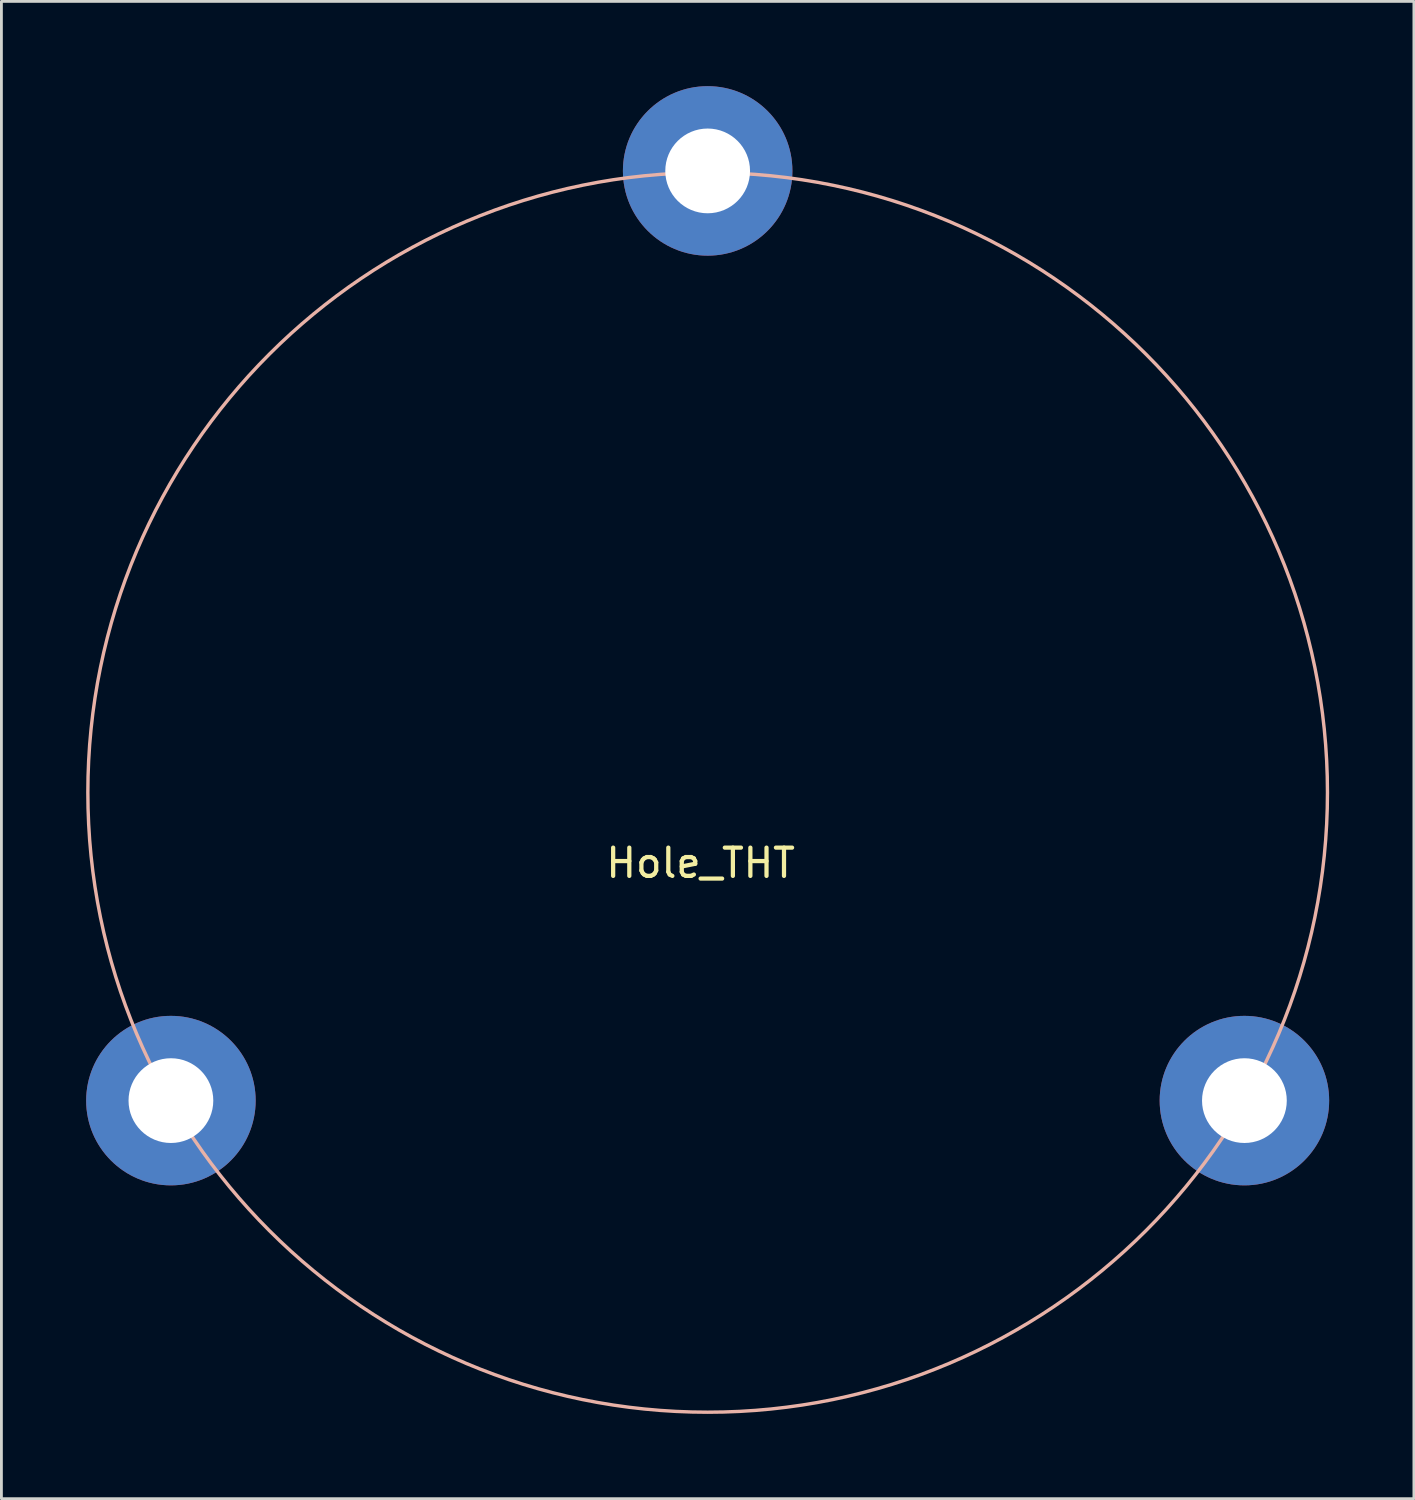
<source format=kicad_pcb>
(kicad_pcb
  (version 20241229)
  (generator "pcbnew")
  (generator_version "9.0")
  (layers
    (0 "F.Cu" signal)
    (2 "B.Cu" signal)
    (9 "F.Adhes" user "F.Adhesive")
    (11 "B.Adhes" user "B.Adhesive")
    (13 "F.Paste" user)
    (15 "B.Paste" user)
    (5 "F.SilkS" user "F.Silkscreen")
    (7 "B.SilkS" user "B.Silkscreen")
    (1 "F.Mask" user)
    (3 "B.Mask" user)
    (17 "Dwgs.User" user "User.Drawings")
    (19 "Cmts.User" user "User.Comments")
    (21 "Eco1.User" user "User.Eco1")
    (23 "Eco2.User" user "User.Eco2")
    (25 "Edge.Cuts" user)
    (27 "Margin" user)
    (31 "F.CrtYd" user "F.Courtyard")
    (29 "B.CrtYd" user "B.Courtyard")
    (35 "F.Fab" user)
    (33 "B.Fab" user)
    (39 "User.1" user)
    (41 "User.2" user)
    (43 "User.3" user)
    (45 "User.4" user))
  (footprint "Hole_THT"
    (layer "F.Cu")
    (at 22 25)
    (property "Reference" "Hole_THT" (at -0.25 2.5 0) (layer "F.SilkS") (effects (font (size 1 1) (thickness 0.15))))
    (attr through_hole)
    (fp_circle (center 0 0) (end 21.94 0) (stroke (width 0.12) (type solid)) (fill no) (layer "B.SilkS"))
    (pad "1" thru_hole circle (at 0 -22) (size 6 6) (drill 3) (layers "*.Cu" "*.Mask"))
    (pad "2" thru_hole circle (at -19 10.91) (size 6 6) (drill 3) (layers "*.Cu" "*.Mask"))
    (pad "3" thru_hole circle (at 19 10.91) (size 6 6) (drill 3) (layers "*.Cu" "*.Mask")))
  (gr_rect
    (start -3 -3)
    (end 47 50)
    (stroke (width 0.1) (type default))
    (fill no)
    (layer "Edge.Cuts")))
</source>
